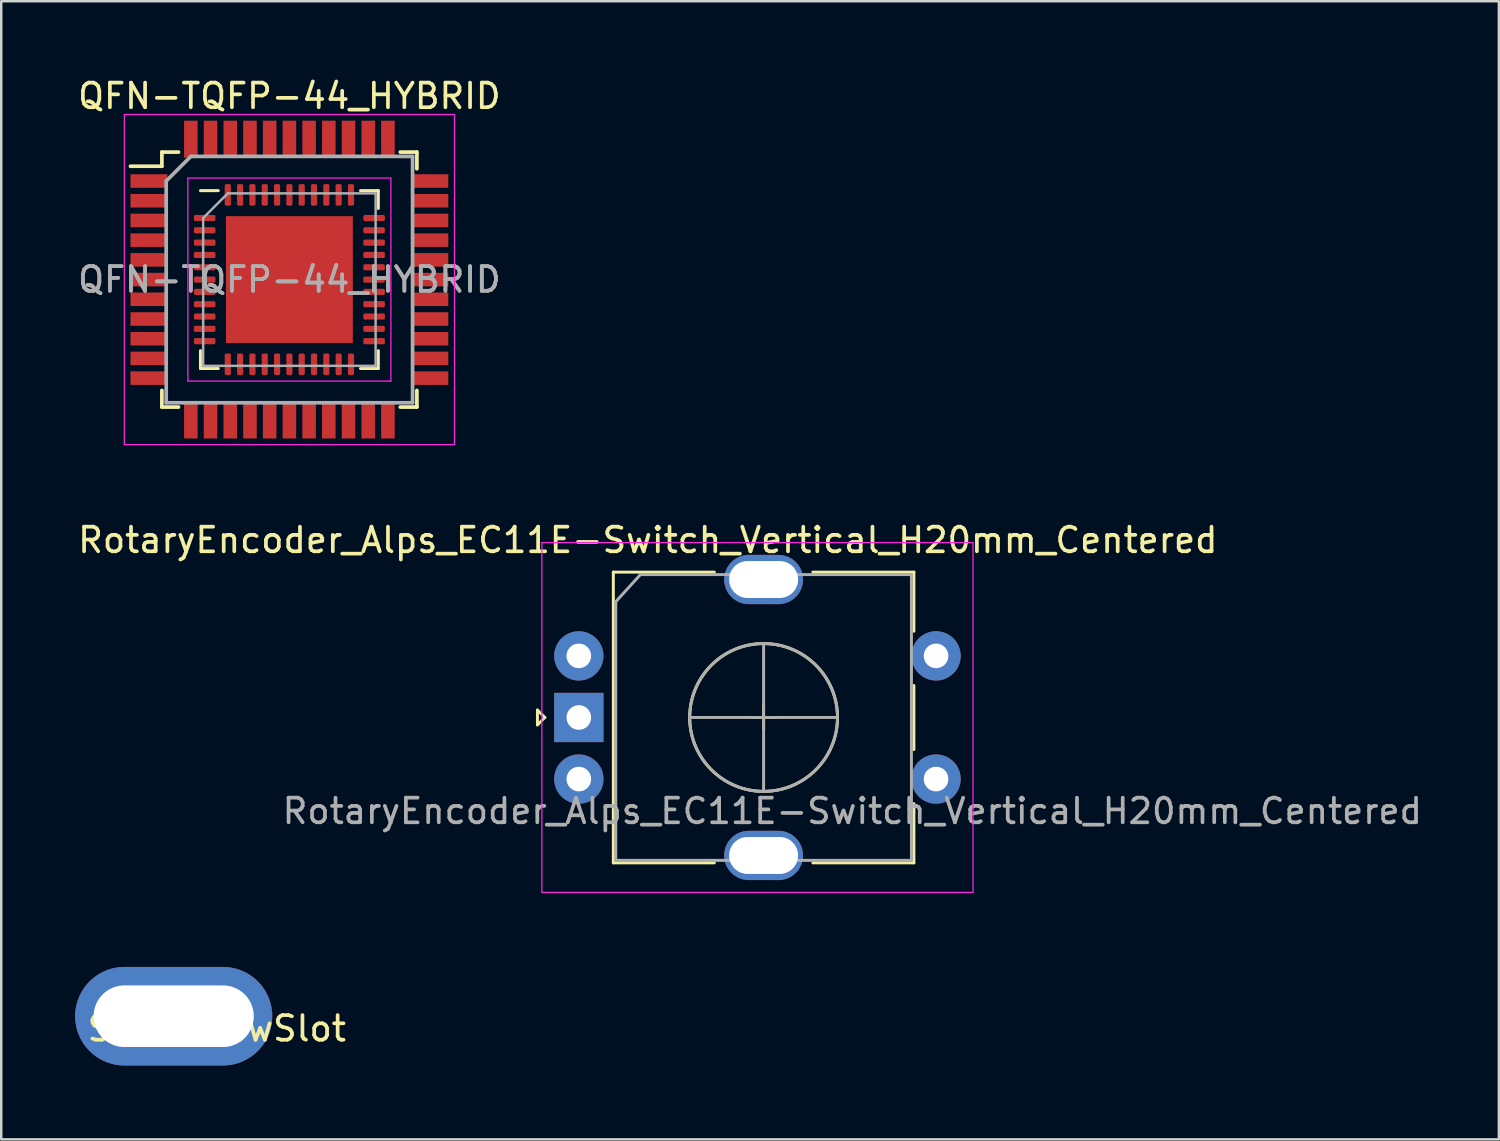
<source format=kicad_pcb>
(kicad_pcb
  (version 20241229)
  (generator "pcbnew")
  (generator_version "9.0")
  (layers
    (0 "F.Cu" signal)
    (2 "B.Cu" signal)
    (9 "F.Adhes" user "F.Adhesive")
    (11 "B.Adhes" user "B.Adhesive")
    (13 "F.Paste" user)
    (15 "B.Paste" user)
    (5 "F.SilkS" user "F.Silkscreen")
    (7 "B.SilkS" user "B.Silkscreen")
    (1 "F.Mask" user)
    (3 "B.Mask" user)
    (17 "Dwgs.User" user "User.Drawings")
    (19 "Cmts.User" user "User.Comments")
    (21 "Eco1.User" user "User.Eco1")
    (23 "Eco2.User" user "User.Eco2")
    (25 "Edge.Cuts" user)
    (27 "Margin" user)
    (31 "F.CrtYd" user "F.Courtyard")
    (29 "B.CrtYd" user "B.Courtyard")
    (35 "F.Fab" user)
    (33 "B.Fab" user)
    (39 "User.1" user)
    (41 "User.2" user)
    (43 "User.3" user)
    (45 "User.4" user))
  (footprint "RotaryEncoder_Alps_EC11E-Switch_Vertical_H20mm_Centered"
    (layer "F.Cu")
    (at 27.944 26.072)
    (property "Reference" "RotaryEncoder_Alps_EC11E-Switch_Vertical_H20mm_Centered" (at -4.7 -7.2 0) (layer "F.SilkS") (effects (font (size 1 1) (thickness 0.15))))
    (attr through_hole)
    (fp_line (start -9.18 -0.3) (end -8.88 0) (stroke (width 0.12) (type solid)) (layer "F.SilkS"))
    (fp_line (start -9.18 0.3) (end -9.18 -0.3) (stroke (width 0.12) (type solid)) (layer "F.SilkS"))
    (fp_line (start -8.88 0) (end -9.18 0.3) (stroke (width 0.12) (type solid)) (layer "F.SilkS"))
    (fp_line (start -6.1 -5.9) (end -6.1 5.9) (stroke (width 0.12) (type solid)) (layer "F.SilkS"))
    (fp_line (start -2 -5.9) (end -6.1 -5.9) (stroke (width 0.12) (type solid)) (layer "F.SilkS"))
    (fp_line (start -2 5.9) (end -6.1 5.9) (stroke (width 0.12) (type solid)) (layer "F.SilkS"))
    (fp_line (start -0.5 0) (end 0.5 0) (stroke (width 0.12) (type solid)) (layer "F.SilkS"))
    (fp_line (start 0 -0.5) (end 0 0.5) (stroke (width 0.12) (type solid)) (layer "F.SilkS"))
    (fp_line (start 2 -5.9) (end 6.1 -5.9) (stroke (width 0.12) (type solid)) (layer "F.SilkS"))
    (fp_line (start 6.1 -5.9) (end 6.1 -3.5) (stroke (width 0.12) (type solid)) (layer "F.SilkS"))
    (fp_line (start 6.1 -1.3) (end 6.1 1.3) (stroke (width 0.12) (type solid)) (layer "F.SilkS"))
    (fp_line (start 6.1 3.5) (end 6.1 5.9) (stroke (width 0.12) (type solid)) (layer "F.SilkS"))
    (fp_line (start 6.1 5.9) (end 2 5.9) (stroke (width 0.12) (type solid)) (layer "F.SilkS"))
    (fp_circle (center 0 0) (end 3 0) (stroke (width 0.12) (type solid)) (fill no) (layer "F.SilkS"))
    (fp_line (start -9 -7.1) (end -9 7.1) (stroke (width 0.05) (type solid)) (layer "F.CrtYd"))
    (fp_line (start -9 -7.1) (end 8.5 -7.1) (stroke (width 0.05) (type solid)) (layer "F.CrtYd"))
    (fp_line (start 8.5 7.1) (end -9 7.1) (stroke (width 0.05) (type solid)) (layer "F.CrtYd"))
    (fp_line (start 8.5 7.1) (end 8.5 -7.1) (stroke (width 0.05) (type solid)) (layer "F.CrtYd"))
    (fp_line (start -6 -4.7) (end -5 -5.8) (stroke (width 0.12) (type solid)) (layer "F.Fab"))
    (fp_line (start -6 5.8) (end -6 -4.7) (stroke (width 0.12) (type solid)) (layer "F.Fab"))
    (fp_line (start -5 -5.8) (end 6 -5.8) (stroke (width 0.12) (type solid)) (layer "F.Fab"))
    (fp_line (start -3 0) (end 3 0) (stroke (width 0.12) (type solid)) (layer "F.Fab"))
    (fp_line (start 0 -3) (end 0 3) (stroke (width 0.12) (type solid)) (layer "F.Fab"))
    (fp_line (start 6 -5.8) (end 6 5.8) (stroke (width 0.12) (type solid)) (layer "F.Fab"))
    (fp_line (start 6 5.8) (end -6 5.8) (stroke (width 0.12) (type solid)) (layer "F.Fab"))
    (fp_circle (center 0 0) (end 3 0) (stroke (width 0.12) (type solid)) (fill no) (layer "F.Fab"))
    (fp_text user "${REFERENCE}" (at 3.6 3.8 0) (layer "F.Fab") (effects (font (size 1 1) (thickness 0.15))))
    (pad "A" thru_hole circle (at -7.5 -2.5) (size 2 2) (drill 1) (layers "*.Cu" "*.Mask"))
    (pad "B" thru_hole circle (at -7.5 2.5) (size 2 2) (drill 1) (layers "*.Cu" "*.Mask"))
    (pad "C" thru_hole rect (at -7.5 0) (size 2 2) (drill 1) (layers "*.Cu" "*.Mask"))
    (pad "MP" thru_hole oval (at 0 -5.6) (size 3.2 2) (drill oval 2.8 1.5) (layers "*.Cu" "*.Mask"))
    (pad "MP" thru_hole oval (at 0 5.6) (size 3.2 2) (drill oval 2.8 1.5) (layers "*.Cu" "*.Mask"))
    (pad "S1" thru_hole circle (at 7 2.5) (size 2 2) (drill 1) (layers "*.Cu" "*.Mask"))
    (pad "S2" thru_hole circle (at 7 -2.5) (size 2 2) (drill 1) (layers "*.Cu" "*.Mask")))
  (footprint "SideScrewSlot"
    (layer "F.Cu")
    (at 5.75 38.197)
    (property "Reference" "SideScrewSlot" (at 0 0.5 0) (layer "F.SilkS") (effects (font (size 1 1) (thickness 0.15))))
    (attr through_hole)
    (pad "1" thru_hole oval (at -1.75 0) (size 8 4) (drill oval 6.5 2.5) (layers "*.Cu" "*.Mask")))
  (footprint "QFN-TQFP-44_HYBRID"
    (layer "F.Cu")
    (at 8.696 8.298)
    (property "Reference" "QFN-TQFP-44_HYBRID" (at 0 -7.45 0) (layer "F.SilkS") (effects (font (size 1 1) (thickness 0.15))))
    (attr smd)
    (fp_line (start -5.175 -5.175) (end -5.175 -4.6) (stroke (width 0.15) (type solid)) (layer "F.SilkS"))
    (fp_line (start -5.175 -5.175) (end -4.5 -5.175) (stroke (width 0.15) (type solid)) (layer "F.SilkS"))
    (fp_line (start -5.175 -4.6) (end -6.45 -4.6) (stroke (width 0.15) (type solid)) (layer "F.SilkS"))
    (fp_line (start -5.175 5.175) (end -5.175 4.5) (stroke (width 0.15) (type solid)) (layer "F.SilkS"))
    (fp_line (start -5.175 5.175) (end -4.5 5.175) (stroke (width 0.15) (type solid)) (layer "F.SilkS"))
    (fp_line (start -3.61 3.61) (end -3.61 2.885) (stroke (width 0.12) (type solid)) (layer "F.SilkS"))
    (fp_line (start -2.885 -3.61) (end -3.61 -3.61) (stroke (width 0.12) (type solid)) (layer "F.SilkS"))
    (fp_line (start -2.885 3.61) (end -3.61 3.61) (stroke (width 0.12) (type solid)) (layer "F.SilkS"))
    (fp_line (start 2.885 -3.61) (end 3.61 -3.61) (stroke (width 0.12) (type solid)) (layer "F.SilkS"))
    (fp_line (start 2.885 3.61) (end 3.61 3.61) (stroke (width 0.12) (type solid)) (layer "F.SilkS"))
    (fp_line (start 3.61 -3.61) (end 3.61 -2.885) (stroke (width 0.12) (type solid)) (layer "F.SilkS"))
    (fp_line (start 3.61 3.61) (end 3.61 2.885) (stroke (width 0.12) (type solid)) (layer "F.SilkS"))
    (fp_line (start 5.175 -5.175) (end 4.5 -5.175) (stroke (width 0.15) (type solid)) (layer "F.SilkS"))
    (fp_line (start 5.175 -5.175) (end 5.175 -4.5) (stroke (width 0.15) (type solid)) (layer "F.SilkS"))
    (fp_line (start 5.175 5.175) (end 4.5 5.175) (stroke (width 0.15) (type solid)) (layer "F.SilkS"))
    (fp_line (start 5.175 5.175) (end 5.175 4.5) (stroke (width 0.15) (type solid)) (layer "F.SilkS"))
    (fp_line (start -6.7 -6.7) (end -6.7 6.7) (stroke (width 0.05) (type solid)) (layer "F.CrtYd"))
    (fp_line (start -6.7 -6.7) (end 6.7 -6.7) (stroke (width 0.05) (type solid)) (layer "F.CrtYd"))
    (fp_line (start -6.7 6.7) (end 6.7 6.7) (stroke (width 0.05) (type solid)) (layer "F.CrtYd"))
    (fp_line (start -4.12 -4.12) (end -4.12 4.12) (stroke (width 0.05) (type solid)) (layer "F.CrtYd"))
    (fp_line (start -4.12 4.12) (end 4.12 4.12) (stroke (width 0.05) (type solid)) (layer "F.CrtYd"))
    (fp_line (start 4.12 -4.12) (end -4.12 -4.12) (stroke (width 0.05) (type solid)) (layer "F.CrtYd"))
    (fp_line (start 4.12 4.12) (end 4.12 -4.12) (stroke (width 0.05) (type solid)) (layer "F.CrtYd"))
    (fp_line (start 6.7 -6.7) (end 6.7 6.7) (stroke (width 0.05) (type solid)) (layer "F.CrtYd"))
    (fp_line (start -5 -4) (end -4 -5) (stroke (width 0.15) (type solid)) (layer "F.Fab"))
    (fp_line (start -5 5) (end -5 -4) (stroke (width 0.15) (type solid)) (layer "F.Fab"))
    (fp_line (start -4 -5) (end 5 -5) (stroke (width 0.15) (type solid)) (layer "F.Fab"))
    (fp_line (start -3.5 -2.5) (end -2.5 -3.5) (stroke (width 0.1) (type solid)) (layer "F.Fab"))
    (fp_line (start -3.5 3.5) (end -3.5 -2.5) (stroke (width 0.1) (type solid)) (layer "F.Fab"))
    (fp_line (start -2.5 -3.5) (end 3.5 -3.5) (stroke (width 0.1) (type solid)) (layer "F.Fab"))
    (fp_line (start 3.5 -3.5) (end 3.5 3.5) (stroke (width 0.1) (type solid)) (layer "F.Fab"))
    (fp_line (start 3.5 3.5) (end -3.5 3.5) (stroke (width 0.1) (type solid)) (layer "F.Fab"))
    (fp_line (start 5 -5) (end 5 5) (stroke (width 0.15) (type solid)) (layer "F.Fab"))
    (fp_line (start 5 5) (end -5 5) (stroke (width 0.15) (type solid)) (layer "F.Fab"))
    (fp_text user "${REFERENCE}" (at 0 0 0) (layer "F.Fab") (effects (font (size 1 1) (thickness 0.15))))
    (fp_text user "${REFERENCE}" (at 0 0 0) (layer "F.Fab") (effects (font (size 1 1) (thickness 0.15))))
    (pad "" smd roundrect (at -1.935 -1.935) (size 1.04 1.04) (layers "F.Paste") (roundrect_rratio 0.24))
    (pad "" smd roundrect (at -1.935 -0.645) (size 1.04 1.04) (layers "F.Paste") (roundrect_rratio 0.24))
    (pad "" smd roundrect (at -1.935 0.645) (size 1.04 1.04) (layers "F.Paste") (roundrect_rratio 0.24))
    (pad "" smd roundrect (at -1.935 1.935) (size 1.04 1.04) (layers "F.Paste") (roundrect_rratio 0.24))
    (pad "" smd roundrect (at -0.645 -1.935) (size 1.04 1.04) (layers "F.Paste") (roundrect_rratio 0.24))
    (pad "" smd roundrect (at -0.645 -0.645) (size 1.04 1.04) (layers "F.Paste") (roundrect_rratio 0.24))
    (pad "" smd roundrect (at -0.645 0.645) (size 1.04 1.04) (layers "F.Paste") (roundrect_rratio 0.24))
    (pad "" smd roundrect (at -0.645 1.935) (size 1.04 1.04) (layers "F.Paste") (roundrect_rratio 0.24))
    (pad "" smd roundrect (at 0.645 -1.935) (size 1.04 1.04) (layers "F.Paste") (roundrect_rratio 0.24))
    (pad "" smd roundrect (at 0.645 -0.645) (size 1.04 1.04) (layers "F.Paste") (roundrect_rratio 0.24))
    (pad "" smd roundrect (at 0.645 0.645) (size 1.04 1.04) (layers "F.Paste") (roundrect_rratio 0.24))
    (pad "" smd roundrect (at 0.645 1.935) (size 1.04 1.04) (layers "F.Paste") (roundrect_rratio 0.24))
    (pad "" smd roundrect (at 1.935 -1.935) (size 1.04 1.04) (layers "F.Paste") (roundrect_rratio 0.24))
    (pad "" smd roundrect (at 1.935 -0.645) (size 1.04 1.04) (layers "F.Paste") (roundrect_rratio 0.24))
    (pad "" smd roundrect (at 1.935 0.645) (size 1.04 1.04) (layers "F.Paste") (roundrect_rratio 0.24))
    (pad "" smd roundrect (at 1.935 1.935) (size 1.04 1.04) (layers "F.Paste") (roundrect_rratio 0.24))
    (pad "1" smd rect (at -5.7 -4) (size 1.5 0.55) (layers "F.Cu" "F.Mask" "F.Paste"))
    (pad "1" smd roundrect (at -3.438 -2.5) (size 0.875 0.25) (layers "F.Cu" "F.Mask" "F.Paste") (roundrect_rratio 0.25))
    (pad "2" smd rect (at -5.7 -3.2) (size 1.5 0.55) (layers "F.Cu" "F.Mask" "F.Paste"))
    (pad "2" smd roundrect (at -3.438 -2) (size 0.875 0.25) (layers "F.Cu" "F.Mask" "F.Paste") (roundrect_rratio 0.25))
    (pad "3" smd rect (at -5.7 -2.4) (size 1.5 0.55) (layers "F.Cu" "F.Mask" "F.Paste"))
    (pad "3" smd roundrect (at -3.438 -1.5) (size 0.875 0.25) (layers "F.Cu" "F.Mask" "F.Paste") (roundrect_rratio 0.25))
    (pad "4" smd rect (at -5.7 -1.6) (size 1.5 0.55) (layers "F.Cu" "F.Mask" "F.Paste"))
    (pad "4" smd roundrect (at -3.438 -1) (size 0.875 0.25) (layers "F.Cu" "F.Mask" "F.Paste") (roundrect_rratio 0.25))
    (pad "5" smd rect (at -5.7 -0.8) (size 1.5 0.55) (layers "F.Cu" "F.Mask" "F.Paste"))
    (pad "5" smd roundrect (at -3.438 -0.5) (size 0.875 0.25) (layers "F.Cu" "F.Mask" "F.Paste") (roundrect_rratio 0.25))
    (pad "6" smd rect (at -5.7 0) (size 1.5 0.55) (layers "F.Cu" "F.Mask" "F.Paste"))
    (pad "6" smd roundrect (at -3.438 0) (size 0.875 0.25) (layers "F.Cu" "F.Mask" "F.Paste") (roundrect_rratio 0.25))
    (pad "7" smd rect (at -5.7 0.8) (size 1.5 0.55) (layers "F.Cu" "F.Mask" "F.Paste"))
    (pad "7" smd roundrect (at -3.438 0.5) (size 0.875 0.25) (layers "F.Cu" "F.Mask" "F.Paste") (roundrect_rratio 0.25))
    (pad "8" smd rect (at -5.7 1.6) (size 1.5 0.55) (layers "F.Cu" "F.Mask" "F.Paste"))
    (pad "8" smd roundrect (at -3.438 1) (size 0.875 0.25) (layers "F.Cu" "F.Mask" "F.Paste") (roundrect_rratio 0.25))
    (pad "9" smd rect (at -5.7 2.4) (size 1.5 0.55) (layers "F.Cu" "F.Mask" "F.Paste"))
    (pad "9" smd roundrect (at -3.438 1.5) (size 0.875 0.25) (layers "F.Cu" "F.Mask" "F.Paste") (roundrect_rratio 0.25))
    (pad "10" smd rect (at -5.7 3.2) (size 1.5 0.55) (layers "F.Cu" "F.Mask" "F.Paste"))
    (pad "10" smd roundrect (at -3.438 2) (size 0.875 0.25) (layers "F.Cu" "F.Mask" "F.Paste") (roundrect_rratio 0.25))
    (pad "11" smd rect (at -5.7 4) (size 1.5 0.55) (layers "F.Cu" "F.Mask" "F.Paste"))
    (pad "11" smd roundrect (at -3.438 2.5) (size 0.875 0.25) (layers "F.Cu" "F.Mask" "F.Paste") (roundrect_rratio 0.25))
    (pad "12" smd rect (at -4 5.7 90) (size 1.5 0.55) (layers "F.Cu" "F.Mask" "F.Paste"))
    (pad "12" smd roundrect (at -2.5 3.438) (size 0.25 0.875) (layers "F.Cu" "F.Mask" "F.Paste") (roundrect_rratio 0.25))
    (pad "13" smd rect (at -3.2 5.7 90) (size 1.5 0.55) (layers "F.Cu" "F.Mask" "F.Paste"))
    (pad "13" smd roundrect (at -2 3.438) (size 0.25 0.875) (layers "F.Cu" "F.Mask" "F.Paste") (roundrect_rratio 0.25))
    (pad "14" smd rect (at -2.4 5.7 90) (size 1.5 0.55) (layers "F.Cu" "F.Mask" "F.Paste"))
    (pad "14" smd roundrect (at -1.5 3.438) (size 0.25 0.875) (layers "F.Cu" "F.Mask" "F.Paste") (roundrect_rratio 0.25))
    (pad "15" smd rect (at -1.6 5.7 90) (size 1.5 0.55) (layers "F.Cu" "F.Mask" "F.Paste"))
    (pad "15" smd roundrect (at -1 3.438) (size 0.25 0.875) (layers "F.Cu" "F.Mask" "F.Paste") (roundrect_rratio 0.25))
    (pad "16" smd rect (at -0.8 5.7 90) (size 1.5 0.55) (layers "F.Cu" "F.Mask" "F.Paste"))
    (pad "16" smd roundrect (at -0.5 3.438) (size 0.25 0.875) (layers "F.Cu" "F.Mask" "F.Paste") (roundrect_rratio 0.25))
    (pad "17" smd roundrect (at 0 3.438) (size 0.25 0.875) (layers "F.Cu" "F.Mask" "F.Paste") (roundrect_rratio 0.25))
    (pad "17" smd rect (at 0 5.7 90) (size 1.5 0.55) (layers "F.Cu" "F.Mask" "F.Paste"))
    (pad "18" smd roundrect (at 0.5 3.438) (size 0.25 0.875) (layers "F.Cu" "F.Mask" "F.Paste") (roundrect_rratio 0.25))
    (pad "18" smd rect (at 0.8 5.7 90) (size 1.5 0.55) (layers "F.Cu" "F.Mask" "F.Paste"))
    (pad "19" smd roundrect (at 1 3.438) (size 0.25 0.875) (layers "F.Cu" "F.Mask" "F.Paste") (roundrect_rratio 0.25))
    (pad "19" smd rect (at 1.6 5.7 90) (size 1.5 0.55) (layers "F.Cu" "F.Mask" "F.Paste"))
    (pad "20" smd roundrect (at 1.5 3.438) (size 0.25 0.875) (layers "F.Cu" "F.Mask" "F.Paste") (roundrect_rratio 0.25))
    (pad "20" smd rect (at 2.4 5.7 90) (size 1.5 0.55) (layers "F.Cu" "F.Mask" "F.Paste"))
    (pad "21" smd roundrect (at 2 3.438) (size 0.25 0.875) (layers "F.Cu" "F.Mask" "F.Paste") (roundrect_rratio 0.25))
    (pad "21" smd rect (at 3.2 5.7 90) (size 1.5 0.55) (layers "F.Cu" "F.Mask" "F.Paste"))
    (pad "22" smd roundrect (at 2.5 3.438) (size 0.25 0.875) (layers "F.Cu" "F.Mask" "F.Paste") (roundrect_rratio 0.25))
    (pad "22" smd rect (at 4 5.7 90) (size 1.5 0.55) (layers "F.Cu" "F.Mask" "F.Paste"))
    (pad "23" smd roundrect (at 3.438 2.5) (size 0.875 0.25) (layers "F.Cu" "F.Mask" "F.Paste") (roundrect_rratio 0.25))
    (pad "23" smd rect (at 5.7 4) (size 1.5 0.55) (layers "F.Cu" "F.Mask" "F.Paste"))
    (pad "24" smd roundrect (at 3.438 2) (size 0.875 0.25) (layers "F.Cu" "F.Mask" "F.Paste") (roundrect_rratio 0.25))
    (pad "24" smd rect (at 5.7 3.2) (size 1.5 0.55) (layers "F.Cu" "F.Mask" "F.Paste"))
    (pad "25" smd roundrect (at 3.438 1.5) (size 0.875 0.25) (layers "F.Cu" "F.Mask" "F.Paste") (roundrect_rratio 0.25))
    (pad "25" smd rect (at 5.7 2.4) (size 1.5 0.55) (layers "F.Cu" "F.Mask" "F.Paste"))
    (pad "26" smd roundrect (at 3.438 1) (size 0.875 0.25) (layers "F.Cu" "F.Mask" "F.Paste") (roundrect_rratio 0.25))
    (pad "26" smd rect (at 5.7 1.6) (size 1.5 0.55) (layers "F.Cu" "F.Mask" "F.Paste"))
    (pad "27" smd roundrect (at 3.438 0.5) (size 0.875 0.25) (layers "F.Cu" "F.Mask" "F.Paste") (roundrect_rratio 0.25))
    (pad "27" smd rect (at 5.7 0.8) (size 1.5 0.55) (layers "F.Cu" "F.Mask" "F.Paste"))
    (pad "28" smd roundrect (at 3.438 0) (size 0.875 0.25) (layers "F.Cu" "F.Mask" "F.Paste") (roundrect_rratio 0.25))
    (pad "28" smd rect (at 5.7 0) (size 1.5 0.55) (layers "F.Cu" "F.Mask" "F.Paste"))
    (pad "29" smd roundrect (at 3.438 -0.5) (size 0.875 0.25) (layers "F.Cu" "F.Mask" "F.Paste") (roundrect_rratio 0.25))
    (pad "29" smd rect (at 5.7 -0.8) (size 1.5 0.55) (layers "F.Cu" "F.Mask" "F.Paste"))
    (pad "30" smd roundrect (at 3.438 -1) (size 0.875 0.25) (layers "F.Cu" "F.Mask" "F.Paste") (roundrect_rratio 0.25))
    (pad "30" smd rect (at 5.7 -1.6) (size 1.5 0.55) (layers "F.Cu" "F.Mask" "F.Paste"))
    (pad "31" smd roundrect (at 3.438 -1.5) (size 0.875 0.25) (layers "F.Cu" "F.Mask" "F.Paste") (roundrect_rratio 0.25))
    (pad "31" smd rect (at 5.7 -2.4) (size 1.5 0.55) (layers "F.Cu" "F.Mask" "F.Paste"))
    (pad "32" smd roundrect (at 3.438 -2) (size 0.875 0.25) (layers "F.Cu" "F.Mask" "F.Paste") (roundrect_rratio 0.25))
    (pad "32" smd rect (at 5.7 -3.2) (size 1.5 0.55) (layers "F.Cu" "F.Mask" "F.Paste"))
    (pad "33" smd roundrect (at 3.438 -2.5) (size 0.875 0.25) (layers "F.Cu" "F.Mask" "F.Paste") (roundrect_rratio 0.25))
    (pad "33" smd rect (at 5.7 -4) (size 1.5 0.55) (layers "F.Cu" "F.Mask" "F.Paste"))
    (pad "34" smd roundrect (at 2.5 -3.438) (size 0.25 0.875) (layers "F.Cu" "F.Mask" "F.Paste") (roundrect_rratio 0.25))
    (pad "34" smd rect (at 4 -5.7 90) (size 1.5 0.55) (layers "F.Cu" "F.Mask" "F.Paste"))
    (pad "35" smd roundrect (at 2 -3.438) (size 0.25 0.875) (layers "F.Cu" "F.Mask" "F.Paste") (roundrect_rratio 0.25))
    (pad "35" smd rect (at 3.2 -5.7 90) (size 1.5 0.55) (layers "F.Cu" "F.Mask" "F.Paste"))
    (pad "36" smd roundrect (at 1.5 -3.438) (size 0.25 0.875) (layers "F.Cu" "F.Mask" "F.Paste") (roundrect_rratio 0.25))
    (pad "36" smd rect (at 2.4 -5.7 90) (size 1.5 0.55) (layers "F.Cu" "F.Mask" "F.Paste"))
    (pad "37" smd roundrect (at 1 -3.438) (size 0.25 0.875) (layers "F.Cu" "F.Mask" "F.Paste") (roundrect_rratio 0.25))
    (pad "37" smd rect (at 1.6 -5.7 90) (size 1.5 0.55) (layers "F.Cu" "F.Mask" "F.Paste"))
    (pad "38" smd roundrect (at 0.5 -3.438) (size 0.25 0.875) (layers "F.Cu" "F.Mask" "F.Paste") (roundrect_rratio 0.25))
    (pad "38" smd rect (at 0.8 -5.7 90) (size 1.5 0.55) (layers "F.Cu" "F.Mask" "F.Paste"))
    (pad "39" smd rect (at 0 -5.7 90) (size 1.5 0.55) (layers "F.Cu" "F.Mask" "F.Paste"))
    (pad "39" smd roundrect (at 0 -3.438) (size 0.25 0.875) (layers "F.Cu" "F.Mask" "F.Paste") (roundrect_rratio 0.25))
    (pad "40" smd rect (at -0.8 -5.7 90) (size 1.5 0.55) (layers "F.Cu" "F.Mask" "F.Paste"))
    (pad "40" smd roundrect (at -0.5 -3.438) (size 0.25 0.875) (layers "F.Cu" "F.Mask" "F.Paste") (roundrect_rratio 0.25))
    (pad "41" smd rect (at -1.6 -5.7 90) (size 1.5 0.55) (layers "F.Cu" "F.Mask" "F.Paste"))
    (pad "41" smd roundrect (at -1 -3.438) (size 0.25 0.875) (layers "F.Cu" "F.Mask" "F.Paste") (roundrect_rratio 0.25))
    (pad "42" smd rect (at -2.4 -5.7 90) (size 1.5 0.55) (layers "F.Cu" "F.Mask" "F.Paste"))
    (pad "42" smd roundrect (at -1.5 -3.438) (size 0.25 0.875) (layers "F.Cu" "F.Mask" "F.Paste") (roundrect_rratio 0.25))
    (pad "43" smd rect (at -3.2 -5.7 90) (size 1.5 0.55) (layers "F.Cu" "F.Mask" "F.Paste"))
    (pad "43" smd roundrect (at -2 -3.438) (size 0.25 0.875) (layers "F.Cu" "F.Mask" "F.Paste") (roundrect_rratio 0.25))
    (pad "44" smd rect (at -4 -5.7 90) (size 1.5 0.55) (layers "F.Cu" "F.Mask" "F.Paste"))
    (pad "44" smd roundrect (at -2.5 -3.438) (size 0.25 0.875) (layers "F.Cu" "F.Mask" "F.Paste") (roundrect_rratio 0.25))
    (pad "45" smd rect (at 0 0) (size 5.15 5.15) (layers "F.Cu" "F.Mask")))
  (gr_rect
    (start -3 -3)
    (end 57.788 43.197)
    (stroke (width 0.1) (type default))
    (fill no)
    (layer "Edge.Cuts")))
</source>
